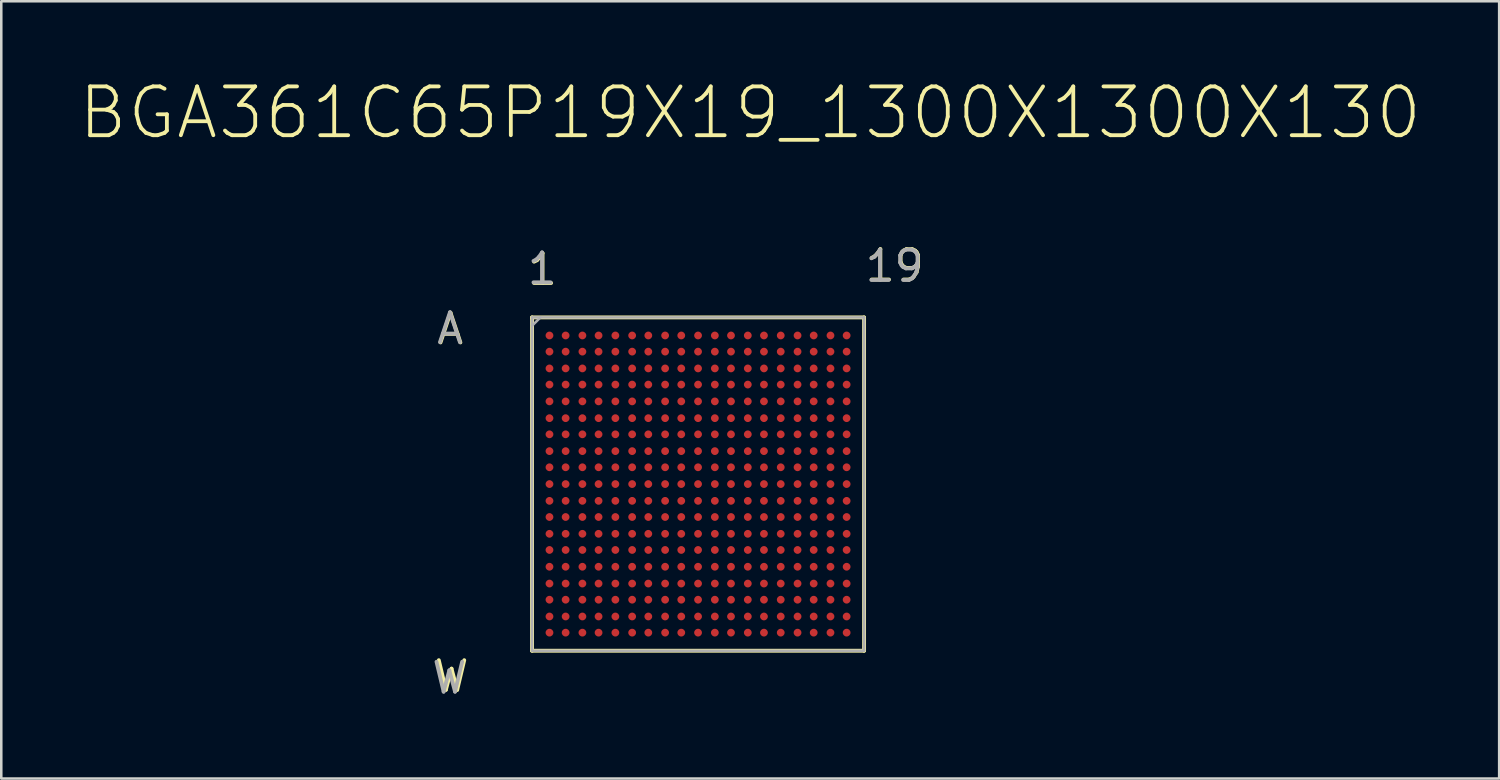
<source format=kicad_pcb>
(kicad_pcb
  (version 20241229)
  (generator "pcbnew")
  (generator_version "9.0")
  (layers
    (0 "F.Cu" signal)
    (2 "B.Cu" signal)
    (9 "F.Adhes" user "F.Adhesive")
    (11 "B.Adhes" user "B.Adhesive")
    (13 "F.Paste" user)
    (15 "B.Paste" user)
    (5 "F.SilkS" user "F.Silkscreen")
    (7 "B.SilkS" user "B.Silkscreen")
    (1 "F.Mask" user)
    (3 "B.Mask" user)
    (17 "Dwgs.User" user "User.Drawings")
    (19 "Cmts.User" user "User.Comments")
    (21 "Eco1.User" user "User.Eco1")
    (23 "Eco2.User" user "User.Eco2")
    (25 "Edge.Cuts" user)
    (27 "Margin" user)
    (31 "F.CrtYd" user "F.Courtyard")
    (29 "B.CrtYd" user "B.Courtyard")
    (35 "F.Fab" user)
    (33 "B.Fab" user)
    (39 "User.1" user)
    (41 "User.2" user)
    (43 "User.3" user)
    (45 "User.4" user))
  (footprint "BGA361C65P19X19_1300X1300X130"
    (layer "F.Cu")
    (at 24.397 15.983)
    (property "Reference" "BGA361C65P19X19_1300X1300X130" (at 2.051 -14.597 0) (layer "F.SilkS") (effects (font (size 1.919 1.919) (thickness 0.15))))
    (attr through_hole)
    (fp_line (start -6.528 -6.553) (end -6.528 6.553) (stroke (width 0.152) (type solid)) (layer "F.SilkS"))
    (fp_line (start -6.528 6.553) (end 6.528 6.553) (stroke (width 0.152) (type solid)) (layer "F.SilkS"))
    (fp_line (start 6.528 -6.553) (end -6.528 -6.553) (stroke (width 0.152) (type solid)) (layer "F.SilkS"))
    (fp_line (start 6.528 6.553) (end 6.528 -6.553) (stroke (width 0.152) (type solid)) (layer "F.SilkS"))
    (fp_line (start -6.528 -6.553) (end -6.528 6.553) (stroke (width 0.1) (type solid)) (layer "F.Fab"))
    (fp_line (start -6.528 6.553) (end 6.528 6.553) (stroke (width 0.1) (type solid)) (layer "F.Fab"))
    (fp_line (start -6.198 -6.553) (end -6.528 -6.223) (stroke (width 0.1) (type solid)) (layer "F.Fab"))
    (fp_line (start 6.528 -6.553) (end -6.528 -6.553) (stroke (width 0.1) (type solid)) (layer "F.Fab"))
    (fp_line (start 6.528 6.553) (end 6.528 -6.553) (stroke (width 0.1) (type solid)) (layer "F.Fab"))
    (fp_text user "19" (at 7.737 -8.587 0) (layer "F.SilkS") (effects (font (size 1.195 1.195) (thickness 0.15))))
    (fp_text user "A" (at -9.735 -6.103 0) (layer "F.SilkS") (effects (font (size 1.172 1.172) (thickness 0.15))))
    (fp_text user "1" (at -6.114 -8.44 0) (layer "F.SilkS") (effects (font (size 1.174 1.174) (thickness 0.15))))
    (fp_text user "W" (at -9.693 7.559 0) (layer "F.SilkS") (effects (font (size 1.167 1.167) (thickness 0.15))))
    (fp_text user "A" (at -9.756 -6.116 0) (layer "F.Fab") (effects (font (size 1.175 1.175) (thickness 0.15))))
    (fp_text user "19" (at 7.721 -8.569 0) (layer "F.Fab") (effects (font (size 1.192 1.192) (thickness 0.15))))
    (fp_text user "W" (at -9.78 7.627 0) (layer "F.Fab") (effects (font (size 1.177 1.177) (thickness 0.15))))
    (fp_text user "1" (at -6.135 -8.469 0) (layer "F.Fab") (effects (font (size 1.178 1.178) (thickness 0.15))))
    (pad "A1" smd circle (at -5.842 -5.842) (size 0.305 0.305) (layers "F.Cu" "F.Mask" "F.Paste"))
    (pad "A2" smd circle (at -5.207 -5.842) (size 0.305 0.305) (layers "F.Cu" "F.Mask" "F.Paste"))
    (pad "A3" smd circle (at -4.547 -5.842) (size 0.305 0.305) (layers "F.Cu" "F.Mask" "F.Paste"))
    (pad "A4" smd circle (at -3.912 -5.842) (size 0.305 0.305) (layers "F.Cu" "F.Mask" "F.Paste"))
    (pad "A5" smd circle (at -3.251 -5.842) (size 0.305 0.305) (layers "F.Cu" "F.Mask" "F.Paste"))
    (pad "A6" smd circle (at -2.591 -5.842) (size 0.305 0.305) (layers "F.Cu" "F.Mask" "F.Paste"))
    (pad "A7" smd circle (at -1.956 -5.842) (size 0.305 0.305) (layers "F.Cu" "F.Mask" "F.Paste"))
    (pad "A8" smd circle (at -1.295 -5.842) (size 0.305 0.305) (layers "F.Cu" "F.Mask" "F.Paste"))
    (pad "A9" smd circle (at -0.66 -5.842) (size 0.305 0.305) (layers "F.Cu" "F.Mask" "F.Paste"))
    (pad "A10" smd circle (at 0 -5.842) (size 0.305 0.305) (layers "F.Cu" "F.Mask" "F.Paste"))
    (pad "A11" smd circle (at 0.66 -5.842) (size 0.305 0.305) (layers "F.Cu" "F.Mask" "F.Paste"))
    (pad "A12" smd circle (at 1.295 -5.842) (size 0.305 0.305) (layers "F.Cu" "F.Mask" "F.Paste"))
    (pad "A13" smd circle (at 1.956 -5.842) (size 0.305 0.305) (layers "F.Cu" "F.Mask" "F.Paste"))
    (pad "A14" smd circle (at 2.591 -5.842) (size 0.305 0.305) (layers "F.Cu" "F.Mask" "F.Paste"))
    (pad "A15" smd circle (at 3.251 -5.842) (size 0.305 0.305) (layers "F.Cu" "F.Mask" "F.Paste"))
    (pad "A16" smd circle (at 3.912 -5.842) (size 0.305 0.305) (layers "F.Cu" "F.Mask" "F.Paste"))
    (pad "A17" smd circle (at 4.547 -5.842) (size 0.305 0.305) (layers "F.Cu" "F.Mask" "F.Paste"))
    (pad "A18" smd circle (at 5.207 -5.842) (size 0.305 0.305) (layers "F.Cu" "F.Mask" "F.Paste"))
    (pad "A19" smd circle (at 5.842 -5.842) (size 0.305 0.305) (layers "F.Cu" "F.Mask" "F.Paste"))
    (pad "B1" smd circle (at -5.842 -5.207) (size 0.305 0.305) (layers "F.Cu" "F.Mask" "F.Paste"))
    (pad "B2" smd circle (at -5.207 -5.207) (size 0.305 0.305) (layers "F.Cu" "F.Mask" "F.Paste"))
    (pad "B3" smd circle (at -4.547 -5.207) (size 0.305 0.305) (layers "F.Cu" "F.Mask" "F.Paste"))
    (pad "B4" smd circle (at -3.912 -5.207) (size 0.305 0.305) (layers "F.Cu" "F.Mask" "F.Paste"))
    (pad "B5" smd circle (at -3.251 -5.207) (size 0.305 0.305) (layers "F.Cu" "F.Mask" "F.Paste"))
    (pad "B6" smd circle (at -2.591 -5.207) (size 0.305 0.305) (layers "F.Cu" "F.Mask" "F.Paste"))
    (pad "B7" smd circle (at -1.956 -5.207) (size 0.305 0.305) (layers "F.Cu" "F.Mask" "F.Paste"))
    (pad "B8" smd circle (at -1.295 -5.207) (size 0.305 0.305) (layers "F.Cu" "F.Mask" "F.Paste"))
    (pad "B9" smd circle (at -0.66 -5.207) (size 0.305 0.305) (layers "F.Cu" "F.Mask" "F.Paste"))
    (pad "B10" smd circle (at 0 -5.207) (size 0.305 0.305) (layers "F.Cu" "F.Mask" "F.Paste"))
    (pad "B11" smd circle (at 0.66 -5.207) (size 0.305 0.305) (layers "F.Cu" "F.Mask" "F.Paste"))
    (pad "B12" smd circle (at 1.295 -5.207) (size 0.305 0.305) (layers "F.Cu" "F.Mask" "F.Paste"))
    (pad "B13" smd circle (at 1.956 -5.207) (size 0.305 0.305) (layers "F.Cu" "F.Mask" "F.Paste"))
    (pad "B14" smd circle (at 2.591 -5.207) (size 0.305 0.305) (layers "F.Cu" "F.Mask" "F.Paste"))
    (pad "B15" smd circle (at 3.251 -5.207) (size 0.305 0.305) (layers "F.Cu" "F.Mask" "F.Paste"))
    (pad "B16" smd circle (at 3.912 -5.207) (size 0.305 0.305) (layers "F.Cu" "F.Mask" "F.Paste"))
    (pad "B17" smd circle (at 4.547 -5.207) (size 0.305 0.305) (layers "F.Cu" "F.Mask" "F.Paste"))
    (pad "B18" smd circle (at 5.207 -5.207) (size 0.305 0.305) (layers "F.Cu" "F.Mask" "F.Paste"))
    (pad "B19" smd circle (at 5.842 -5.207) (size 0.305 0.305) (layers "F.Cu" "F.Mask" "F.Paste"))
    (pad "C1" smd circle (at -5.842 -4.547) (size 0.305 0.305) (layers "F.Cu" "F.Mask" "F.Paste"))
    (pad "C2" smd circle (at -5.207 -4.547) (size 0.305 0.305) (layers "F.Cu" "F.Mask" "F.Paste"))
    (pad "C3" smd circle (at -4.547 -4.547) (size 0.305 0.305) (layers "F.Cu" "F.Mask" "F.Paste"))
    (pad "C4" smd circle (at -3.912 -4.547) (size 0.305 0.305) (layers "F.Cu" "F.Mask" "F.Paste"))
    (pad "C5" smd circle (at -3.251 -4.547) (size 0.305 0.305) (layers "F.Cu" "F.Mask" "F.Paste"))
    (pad "C6" smd circle (at -2.591 -4.547) (size 0.305 0.305) (layers "F.Cu" "F.Mask" "F.Paste"))
    (pad "C7" smd circle (at -1.956 -4.547) (size 0.305 0.305) (layers "F.Cu" "F.Mask" "F.Paste"))
    (pad "C8" smd circle (at -1.295 -4.547) (size 0.305 0.305) (layers "F.Cu" "F.Mask" "F.Paste"))
    (pad "C9" smd circle (at -0.66 -4.547) (size 0.305 0.305) (layers "F.Cu" "F.Mask" "F.Paste"))
    (pad "C10" smd circle (at 0 -4.547) (size 0.305 0.305) (layers "F.Cu" "F.Mask" "F.Paste"))
    (pad "C11" smd circle (at 0.66 -4.547) (size 0.305 0.305) (layers "F.Cu" "F.Mask" "F.Paste"))
    (pad "C12" smd circle (at 1.295 -4.547) (size 0.305 0.305) (layers "F.Cu" "F.Mask" "F.Paste"))
    (pad "C13" smd circle (at 1.956 -4.547) (size 0.305 0.305) (layers "F.Cu" "F.Mask" "F.Paste"))
    (pad "C14" smd circle (at 2.591 -4.547) (size 0.305 0.305) (layers "F.Cu" "F.Mask" "F.Paste"))
    (pad "C15" smd circle (at 3.251 -4.547) (size 0.305 0.305) (layers "F.Cu" "F.Mask" "F.Paste"))
    (pad "C16" smd circle (at 3.912 -4.547) (size 0.305 0.305) (layers "F.Cu" "F.Mask" "F.Paste"))
    (pad "C17" smd circle (at 4.547 -4.547) (size 0.305 0.305) (layers "F.Cu" "F.Mask" "F.Paste"))
    (pad "C18" smd circle (at 5.207 -4.547) (size 0.305 0.305) (layers "F.Cu" "F.Mask" "F.Paste"))
    (pad "C19" smd circle (at 5.842 -4.547) (size 0.305 0.305) (layers "F.Cu" "F.Mask" "F.Paste"))
    (pad "D1" smd circle (at -5.842 -3.912) (size 0.305 0.305) (layers "F.Cu" "F.Mask" "F.Paste"))
    (pad "D2" smd circle (at -5.207 -3.912) (size 0.305 0.305) (layers "F.Cu" "F.Mask" "F.Paste"))
    (pad "D3" smd circle (at -4.547 -3.912) (size 0.305 0.305) (layers "F.Cu" "F.Mask" "F.Paste"))
    (pad "D4" smd circle (at -3.912 -3.912) (size 0.305 0.305) (layers "F.Cu" "F.Mask" "F.Paste"))
    (pad "D5" smd circle (at -3.251 -3.912) (size 0.305 0.305) (layers "F.Cu" "F.Mask" "F.Paste"))
    (pad "D6" smd circle (at -2.591 -3.912) (size 0.305 0.305) (layers "F.Cu" "F.Mask" "F.Paste"))
    (pad "D7" smd circle (at -1.956 -3.912) (size 0.305 0.305) (layers "F.Cu" "F.Mask" "F.Paste"))
    (pad "D8" smd circle (at -1.295 -3.912) (size 0.305 0.305) (layers "F.Cu" "F.Mask" "F.Paste"))
    (pad "D9" smd circle (at -0.66 -3.912) (size 0.305 0.305) (layers "F.Cu" "F.Mask" "F.Paste"))
    (pad "D10" smd circle (at 0 -3.912) (size 0.305 0.305) (layers "F.Cu" "F.Mask" "F.Paste"))
    (pad "D11" smd circle (at 0.66 -3.912) (size 0.305 0.305) (layers "F.Cu" "F.Mask" "F.Paste"))
    (pad "D12" smd circle (at 1.295 -3.912) (size 0.305 0.305) (layers "F.Cu" "F.Mask" "F.Paste"))
    (pad "D13" smd circle (at 1.956 -3.912) (size 0.305 0.305) (layers "F.Cu" "F.Mask" "F.Paste"))
    (pad "D14" smd circle (at 2.591 -3.912) (size 0.305 0.305) (layers "F.Cu" "F.Mask" "F.Paste"))
    (pad "D15" smd circle (at 3.251 -3.912) (size 0.305 0.305) (layers "F.Cu" "F.Mask" "F.Paste"))
    (pad "D16" smd circle (at 3.912 -3.912) (size 0.305 0.305) (layers "F.Cu" "F.Mask" "F.Paste"))
    (pad "D17" smd circle (at 4.547 -3.912) (size 0.305 0.305) (layers "F.Cu" "F.Mask" "F.Paste"))
    (pad "D18" smd circle (at 5.207 -3.912) (size 0.305 0.305) (layers "F.Cu" "F.Mask" "F.Paste"))
    (pad "D19" smd circle (at 5.842 -3.912) (size 0.305 0.305) (layers "F.Cu" "F.Mask" "F.Paste"))
    (pad "E1" smd circle (at -5.842 -3.251) (size 0.305 0.305) (layers "F.Cu" "F.Mask" "F.Paste"))
    (pad "E2" smd circle (at -5.207 -3.251) (size 0.305 0.305) (layers "F.Cu" "F.Mask" "F.Paste"))
    (pad "E3" smd circle (at -4.547 -3.251) (size 0.305 0.305) (layers "F.Cu" "F.Mask" "F.Paste"))
    (pad "E4" smd circle (at -3.912 -3.251) (size 0.305 0.305) (layers "F.Cu" "F.Mask" "F.Paste"))
    (pad "E5" smd circle (at -3.251 -3.251) (size 0.305 0.305) (layers "F.Cu" "F.Mask" "F.Paste"))
    (pad "E6" smd circle (at -2.591 -3.251) (size 0.305 0.305) (layers "F.Cu" "F.Mask" "F.Paste"))
    (pad "E7" smd circle (at -1.956 -3.251) (size 0.305 0.305) (layers "F.Cu" "F.Mask" "F.Paste"))
    (pad "E8" smd circle (at -1.295 -3.251) (size 0.305 0.305) (layers "F.Cu" "F.Mask" "F.Paste"))
    (pad "E9" smd circle (at -0.66 -3.251) (size 0.305 0.305) (layers "F.Cu" "F.Mask" "F.Paste"))
    (pad "E10" smd circle (at 0 -3.251) (size 0.305 0.305) (layers "F.Cu" "F.Mask" "F.Paste"))
    (pad "E11" smd circle (at 0.66 -3.251) (size 0.305 0.305) (layers "F.Cu" "F.Mask" "F.Paste"))
    (pad "E12" smd circle (at 1.295 -3.251) (size 0.305 0.305) (layers "F.Cu" "F.Mask" "F.Paste"))
    (pad "E13" smd circle (at 1.956 -3.251) (size 0.305 0.305) (layers "F.Cu" "F.Mask" "F.Paste"))
    (pad "E14" smd circle (at 2.591 -3.251) (size 0.305 0.305) (layers "F.Cu" "F.Mask" "F.Paste"))
    (pad "E15" smd circle (at 3.251 -3.251) (size 0.305 0.305) (layers "F.Cu" "F.Mask" "F.Paste"))
    (pad "E16" smd circle (at 3.912 -3.251) (size 0.305 0.305) (layers "F.Cu" "F.Mask" "F.Paste"))
    (pad "E17" smd circle (at 4.547 -3.251) (size 0.305 0.305) (layers "F.Cu" "F.Mask" "F.Paste"))
    (pad "E18" smd circle (at 5.207 -3.251) (size 0.305 0.305) (layers "F.Cu" "F.Mask" "F.Paste"))
    (pad "E19" smd circle (at 5.842 -3.251) (size 0.305 0.305) (layers "F.Cu" "F.Mask" "F.Paste"))
    (pad "F1" smd circle (at -5.842 -2.591) (size 0.305 0.305) (layers "F.Cu" "F.Mask" "F.Paste"))
    (pad "F2" smd circle (at -5.207 -2.591) (size 0.305 0.305) (layers "F.Cu" "F.Mask" "F.Paste"))
    (pad "F3" smd circle (at -4.547 -2.591) (size 0.305 0.305) (layers "F.Cu" "F.Mask" "F.Paste"))
    (pad "F4" smd circle (at -3.912 -2.591) (size 0.305 0.305) (layers "F.Cu" "F.Mask" "F.Paste"))
    (pad "F5" smd circle (at -3.251 -2.591) (size 0.305 0.305) (layers "F.Cu" "F.Mask" "F.Paste"))
    (pad "F6" smd circle (at -2.591 -2.591) (size 0.305 0.305) (layers "F.Cu" "F.Mask" "F.Paste"))
    (pad "F7" smd circle (at -1.956 -2.591) (size 0.305 0.305) (layers "F.Cu" "F.Mask" "F.Paste"))
    (pad "F8" smd circle (at -1.295 -2.591) (size 0.305 0.305) (layers "F.Cu" "F.Mask" "F.Paste"))
    (pad "F9" smd circle (at -0.66 -2.591) (size 0.305 0.305) (layers "F.Cu" "F.Mask" "F.Paste"))
    (pad "F10" smd circle (at 0 -2.591) (size 0.305 0.305) (layers "F.Cu" "F.Mask" "F.Paste"))
    (pad "F11" smd circle (at 0.66 -2.591) (size 0.305 0.305) (layers "F.Cu" "F.Mask" "F.Paste"))
    (pad "F12" smd circle (at 1.295 -2.591) (size 0.305 0.305) (layers "F.Cu" "F.Mask" "F.Paste"))
    (pad "F13" smd circle (at 1.956 -2.591) (size 0.305 0.305) (layers "F.Cu" "F.Mask" "F.Paste"))
    (pad "F14" smd circle (at 2.591 -2.591) (size 0.305 0.305) (layers "F.Cu" "F.Mask" "F.Paste"))
    (pad "F15" smd circle (at 3.251 -2.591) (size 0.305 0.305) (layers "F.Cu" "F.Mask" "F.Paste"))
    (pad "F16" smd circle (at 3.912 -2.591) (size 0.305 0.305) (layers "F.Cu" "F.Mask" "F.Paste"))
    (pad "F17" smd circle (at 4.547 -2.591) (size 0.305 0.305) (layers "F.Cu" "F.Mask" "F.Paste"))
    (pad "F18" smd circle (at 5.207 -2.591) (size 0.305 0.305) (layers "F.Cu" "F.Mask" "F.Paste"))
    (pad "F19" smd circle (at 5.842 -2.591) (size 0.305 0.305) (layers "F.Cu" "F.Mask" "F.Paste"))
    (pad "G1" smd circle (at -5.842 -1.956) (size 0.305 0.305) (layers "F.Cu" "F.Mask" "F.Paste"))
    (pad "G2" smd circle (at -5.207 -1.956) (size 0.305 0.305) (layers "F.Cu" "F.Mask" "F.Paste"))
    (pad "G3" smd circle (at -4.547 -1.956) (size 0.305 0.305) (layers "F.Cu" "F.Mask" "F.Paste"))
    (pad "G4" smd circle (at -3.912 -1.956) (size 0.305 0.305) (layers "F.Cu" "F.Mask" "F.Paste"))
    (pad "G5" smd circle (at -3.251 -1.956) (size 0.305 0.305) (layers "F.Cu" "F.Mask" "F.Paste"))
    (pad "G6" smd circle (at -2.591 -1.956) (size 0.305 0.305) (layers "F.Cu" "F.Mask" "F.Paste"))
    (pad "G7" smd circle (at -1.956 -1.956) (size 0.305 0.305) (layers "F.Cu" "F.Mask" "F.Paste"))
    (pad "G8" smd circle (at -1.295 -1.956) (size 0.305 0.305) (layers "F.Cu" "F.Mask" "F.Paste"))
    (pad "G9" smd circle (at -0.66 -1.956) (size 0.305 0.305) (layers "F.Cu" "F.Mask" "F.Paste"))
    (pad "G10" smd circle (at 0 -1.956) (size 0.305 0.305) (layers "F.Cu" "F.Mask" "F.Paste"))
    (pad "G11" smd circle (at 0.66 -1.956) (size 0.305 0.305) (layers "F.Cu" "F.Mask" "F.Paste"))
    (pad "G12" smd circle (at 1.295 -1.956) (size 0.305 0.305) (layers "F.Cu" "F.Mask" "F.Paste"))
    (pad "G13" smd circle (at 1.956 -1.956) (size 0.305 0.305) (layers "F.Cu" "F.Mask" "F.Paste"))
    (pad "G14" smd circle (at 2.591 -1.956) (size 0.305 0.305) (layers "F.Cu" "F.Mask" "F.Paste"))
    (pad "G15" smd circle (at 3.251 -1.956) (size 0.305 0.305) (layers "F.Cu" "F.Mask" "F.Paste"))
    (pad "G16" smd circle (at 3.912 -1.956) (size 0.305 0.305) (layers "F.Cu" "F.Mask" "F.Paste"))
    (pad "G17" smd circle (at 4.547 -1.956) (size 0.305 0.305) (layers "F.Cu" "F.Mask" "F.Paste"))
    (pad "G18" smd circle (at 5.207 -1.956) (size 0.305 0.305) (layers "F.Cu" "F.Mask" "F.Paste"))
    (pad "G19" smd circle (at 5.842 -1.956) (size 0.305 0.305) (layers "F.Cu" "F.Mask" "F.Paste"))
    (pad "H1" smd circle (at -5.842 -1.295) (size 0.305 0.305) (layers "F.Cu" "F.Mask" "F.Paste"))
    (pad "H2" smd circle (at -5.207 -1.295) (size 0.305 0.305) (layers "F.Cu" "F.Mask" "F.Paste"))
    (pad "H3" smd circle (at -4.547 -1.295) (size 0.305 0.305) (layers "F.Cu" "F.Mask" "F.Paste"))
    (pad "H4" smd circle (at -3.912 -1.295) (size 0.305 0.305) (layers "F.Cu" "F.Mask" "F.Paste"))
    (pad "H5" smd circle (at -3.251 -1.295) (size 0.305 0.305) (layers "F.Cu" "F.Mask" "F.Paste"))
    (pad "H6" smd circle (at -2.591 -1.295) (size 0.305 0.305) (layers "F.Cu" "F.Mask" "F.Paste"))
    (pad "H7" smd circle (at -1.956 -1.295) (size 0.305 0.305) (layers "F.Cu" "F.Mask" "F.Paste"))
    (pad "H8" smd circle (at -1.295 -1.295) (size 0.305 0.305) (layers "F.Cu" "F.Mask" "F.Paste"))
    (pad "H9" smd circle (at -0.66 -1.295) (size 0.305 0.305) (layers "F.Cu" "F.Mask" "F.Paste"))
    (pad "H10" smd circle (at 0 -1.295) (size 0.305 0.305) (layers "F.Cu" "F.Mask" "F.Paste"))
    (pad "H11" smd circle (at 0.66 -1.295) (size 0.305 0.305) (layers "F.Cu" "F.Mask" "F.Paste"))
    (pad "H12" smd circle (at 1.295 -1.295) (size 0.305 0.305) (layers "F.Cu" "F.Mask" "F.Paste"))
    (pad "H13" smd circle (at 1.956 -1.295) (size 0.305 0.305) (layers "F.Cu" "F.Mask" "F.Paste"))
    (pad "H14" smd circle (at 2.591 -1.295) (size 0.305 0.305) (layers "F.Cu" "F.Mask" "F.Paste"))
    (pad "H15" smd circle (at 3.251 -1.295) (size 0.305 0.305) (layers "F.Cu" "F.Mask" "F.Paste"))
    (pad "H16" smd circle (at 3.912 -1.295) (size 0.305 0.305) (layers "F.Cu" "F.Mask" "F.Paste"))
    (pad "H17" smd circle (at 4.547 -1.295) (size 0.305 0.305) (layers "F.Cu" "F.Mask" "F.Paste"))
    (pad "H18" smd circle (at 5.207 -1.295) (size 0.305 0.305) (layers "F.Cu" "F.Mask" "F.Paste"))
    (pad "H19" smd circle (at 5.842 -1.295) (size 0.305 0.305) (layers "F.Cu" "F.Mask" "F.Paste"))
    (pad "J1" smd circle (at -5.842 -0.66) (size 0.305 0.305) (layers "F.Cu" "F.Mask" "F.Paste"))
    (pad "J2" smd circle (at -5.207 -0.66) (size 0.305 0.305) (layers "F.Cu" "F.Mask" "F.Paste"))
    (pad "J3" smd circle (at -4.547 -0.66) (size 0.305 0.305) (layers "F.Cu" "F.Mask" "F.Paste"))
    (pad "J4" smd circle (at -3.912 -0.66) (size 0.305 0.305) (layers "F.Cu" "F.Mask" "F.Paste"))
    (pad "J5" smd circle (at -3.251 -0.66) (size 0.305 0.305) (layers "F.Cu" "F.Mask" "F.Paste"))
    (pad "J6" smd circle (at -2.591 -0.66) (size 0.305 0.305) (layers "F.Cu" "F.Mask" "F.Paste"))
    (pad "J7" smd circle (at -1.956 -0.66) (size 0.305 0.305) (layers "F.Cu" "F.Mask" "F.Paste"))
    (pad "J8" smd circle (at -1.295 -0.66) (size 0.305 0.305) (layers "F.Cu" "F.Mask" "F.Paste"))
    (pad "J9" smd circle (at -0.66 -0.66) (size 0.305 0.305) (layers "F.Cu" "F.Mask" "F.Paste"))
    (pad "J10" smd circle (at 0 -0.66) (size 0.305 0.305) (layers "F.Cu" "F.Mask" "F.Paste"))
    (pad "J11" smd circle (at 0.66 -0.66) (size 0.305 0.305) (layers "F.Cu" "F.Mask" "F.Paste"))
    (pad "J12" smd circle (at 1.295 -0.66) (size 0.305 0.305) (layers "F.Cu" "F.Mask" "F.Paste"))
    (pad "J13" smd circle (at 1.956 -0.66) (size 0.305 0.305) (layers "F.Cu" "F.Mask" "F.Paste"))
    (pad "J14" smd circle (at 2.591 -0.66) (size 0.305 0.305) (layers "F.Cu" "F.Mask" "F.Paste"))
    (pad "J15" smd circle (at 3.251 -0.66) (size 0.305 0.305) (layers "F.Cu" "F.Mask" "F.Paste"))
    (pad "J16" smd circle (at 3.912 -0.66) (size 0.305 0.305) (layers "F.Cu" "F.Mask" "F.Paste"))
    (pad "J17" smd circle (at 4.547 -0.66) (size 0.305 0.305) (layers "F.Cu" "F.Mask" "F.Paste"))
    (pad "J18" smd circle (at 5.207 -0.66) (size 0.305 0.305) (layers "F.Cu" "F.Mask" "F.Paste"))
    (pad "J19" smd circle (at 5.842 -0.66) (size 0.305 0.305) (layers "F.Cu" "F.Mask" "F.Paste"))
    (pad "K1" smd circle (at -5.842 0) (size 0.305 0.305) (layers "F.Cu" "F.Mask" "F.Paste"))
    (pad "K2" smd circle (at -5.207 0) (size 0.305 0.305) (layers "F.Cu" "F.Mask" "F.Paste"))
    (pad "K3" smd circle (at -4.547 0) (size 0.305 0.305) (layers "F.Cu" "F.Mask" "F.Paste"))
    (pad "K4" smd circle (at -3.912 0) (size 0.305 0.305) (layers "F.Cu" "F.Mask" "F.Paste"))
    (pad "K5" smd circle (at -3.251 0) (size 0.305 0.305) (layers "F.Cu" "F.Mask" "F.Paste"))
    (pad "K6" smd circle (at -2.591 0) (size 0.305 0.305) (layers "F.Cu" "F.Mask" "F.Paste"))
    (pad "K7" smd circle (at -1.956 0) (size 0.305 0.305) (layers "F.Cu" "F.Mask" "F.Paste"))
    (pad "K8" smd circle (at -1.295 0) (size 0.305 0.305) (layers "F.Cu" "F.Mask" "F.Paste"))
    (pad "K9" smd circle (at -0.66 0) (size 0.305 0.305) (layers "F.Cu" "F.Mask" "F.Paste"))
    (pad "K10" smd circle (at 0 0) (size 0.305 0.305) (layers "F.Cu" "F.Mask" "F.Paste"))
    (pad "K11" smd circle (at 0.66 0) (size 0.305 0.305) (layers "F.Cu" "F.Mask" "F.Paste"))
    (pad "K12" smd circle (at 1.295 0) (size 0.305 0.305) (layers "F.Cu" "F.Mask" "F.Paste"))
    (pad "K13" smd circle (at 1.956 0) (size 0.305 0.305) (layers "F.Cu" "F.Mask" "F.Paste"))
    (pad "K14" smd circle (at 2.591 0) (size 0.305 0.305) (layers "F.Cu" "F.Mask" "F.Paste"))
    (pad "K15" smd circle (at 3.251 0) (size 0.305 0.305) (layers "F.Cu" "F.Mask" "F.Paste"))
    (pad "K16" smd circle (at 3.912 0) (size 0.305 0.305) (layers "F.Cu" "F.Mask" "F.Paste"))
    (pad "K17" smd circle (at 4.547 0) (size 0.305 0.305) (layers "F.Cu" "F.Mask" "F.Paste"))
    (pad "K18" smd circle (at 5.207 0) (size 0.305 0.305) (layers "F.Cu" "F.Mask" "F.Paste"))
    (pad "K19" smd circle (at 5.842 0) (size 0.305 0.305) (layers "F.Cu" "F.Mask" "F.Paste"))
    (pad "L1" smd circle (at -5.842 0.66) (size 0.305 0.305) (layers "F.Cu" "F.Mask" "F.Paste"))
    (pad "L2" smd circle (at -5.207 0.66) (size 0.305 0.305) (layers "F.Cu" "F.Mask" "F.Paste"))
    (pad "L3" smd circle (at -4.547 0.66) (size 0.305 0.305) (layers "F.Cu" "F.Mask" "F.Paste"))
    (pad "L4" smd circle (at -3.912 0.66) (size 0.305 0.305) (layers "F.Cu" "F.Mask" "F.Paste"))
    (pad "L5" smd circle (at -3.251 0.66) (size 0.305 0.305) (layers "F.Cu" "F.Mask" "F.Paste"))
    (pad "L6" smd circle (at -2.591 0.66) (size 0.305 0.305) (layers "F.Cu" "F.Mask" "F.Paste"))
    (pad "L7" smd circle (at -1.956 0.66) (size 0.305 0.305) (layers "F.Cu" "F.Mask" "F.Paste"))
    (pad "L8" smd circle (at -1.295 0.66) (size 0.305 0.305) (layers "F.Cu" "F.Mask" "F.Paste"))
    (pad "L9" smd circle (at -0.66 0.66) (size 0.305 0.305) (layers "F.Cu" "F.Mask" "F.Paste"))
    (pad "L10" smd circle (at 0 0.66) (size 0.305 0.305) (layers "F.Cu" "F.Mask" "F.Paste"))
    (pad "L11" smd circle (at 0.66 0.66) (size 0.305 0.305) (layers "F.Cu" "F.Mask" "F.Paste"))
    (pad "L12" smd circle (at 1.295 0.66) (size 0.305 0.305) (layers "F.Cu" "F.Mask" "F.Paste"))
    (pad "L13" smd circle (at 1.956 0.66) (size 0.305 0.305) (layers "F.Cu" "F.Mask" "F.Paste"))
    (pad "L14" smd circle (at 2.591 0.66) (size 0.305 0.305) (layers "F.Cu" "F.Mask" "F.Paste"))
    (pad "L15" smd circle (at 3.251 0.66) (size 0.305 0.305) (layers "F.Cu" "F.Mask" "F.Paste"))
    (pad "L16" smd circle (at 3.912 0.66) (size 0.305 0.305) (layers "F.Cu" "F.Mask" "F.Paste"))
    (pad "L17" smd circle (at 4.547 0.66) (size 0.305 0.305) (layers "F.Cu" "F.Mask" "F.Paste"))
    (pad "L18" smd circle (at 5.207 0.66) (size 0.305 0.305) (layers "F.Cu" "F.Mask" "F.Paste"))
    (pad "L19" smd circle (at 5.842 0.66) (size 0.305 0.305) (layers "F.Cu" "F.Mask" "F.Paste"))
    (pad "M1" smd circle (at -5.842 1.295) (size 0.305 0.305) (layers "F.Cu" "F.Mask" "F.Paste"))
    (pad "M2" smd circle (at -5.207 1.295) (size 0.305 0.305) (layers "F.Cu" "F.Mask" "F.Paste"))
    (pad "M3" smd circle (at -4.547 1.295) (size 0.305 0.305) (layers "F.Cu" "F.Mask" "F.Paste"))
    (pad "M4" smd circle (at -3.912 1.295) (size 0.305 0.305) (layers "F.Cu" "F.Mask" "F.Paste"))
    (pad "M5" smd circle (at -3.251 1.295) (size 0.305 0.305) (layers "F.Cu" "F.Mask" "F.Paste"))
    (pad "M6" smd circle (at -2.591 1.295) (size 0.305 0.305) (layers "F.Cu" "F.Mask" "F.Paste"))
    (pad "M7" smd circle (at -1.956 1.295) (size 0.305 0.305) (layers "F.Cu" "F.Mask" "F.Paste"))
    (pad "M8" smd circle (at -1.295 1.295) (size 0.305 0.305) (layers "F.Cu" "F.Mask" "F.Paste"))
    (pad "M9" smd circle (at -0.66 1.295) (size 0.305 0.305) (layers "F.Cu" "F.Mask" "F.Paste"))
    (pad "M10" smd circle (at 0 1.295) (size 0.305 0.305) (layers "F.Cu" "F.Mask" "F.Paste"))
    (pad "M11" smd circle (at 0.66 1.295) (size 0.305 0.305) (layers "F.Cu" "F.Mask" "F.Paste"))
    (pad "M12" smd circle (at 1.295 1.295) (size 0.305 0.305) (layers "F.Cu" "F.Mask" "F.Paste"))
    (pad "M13" smd circle (at 1.956 1.295) (size 0.305 0.305) (layers "F.Cu" "F.Mask" "F.Paste"))
    (pad "M14" smd circle (at 2.591 1.295) (size 0.305 0.305) (layers "F.Cu" "F.Mask" "F.Paste"))
    (pad "M15" smd circle (at 3.251 1.295) (size 0.305 0.305) (layers "F.Cu" "F.Mask" "F.Paste"))
    (pad "M16" smd circle (at 3.912 1.295) (size 0.305 0.305) (layers "F.Cu" "F.Mask" "F.Paste"))
    (pad "M17" smd circle (at 4.547 1.295) (size 0.305 0.305) (layers "F.Cu" "F.Mask" "F.Paste"))
    (pad "M18" smd circle (at 5.207 1.295) (size 0.305 0.305) (layers "F.Cu" "F.Mask" "F.Paste"))
    (pad "M19" smd circle (at 5.842 1.295) (size 0.305 0.305) (layers "F.Cu" "F.Mask" "F.Paste"))
    (pad "N1" smd circle (at -5.842 1.956) (size 0.305 0.305) (layers "F.Cu" "F.Mask" "F.Paste"))
    (pad "N2" smd circle (at -5.207 1.956) (size 0.305 0.305) (layers "F.Cu" "F.Mask" "F.Paste"))
    (pad "N3" smd circle (at -4.547 1.956) (size 0.305 0.305) (layers "F.Cu" "F.Mask" "F.Paste"))
    (pad "N4" smd circle (at -3.912 1.956) (size 0.305 0.305) (layers "F.Cu" "F.Mask" "F.Paste"))
    (pad "N5" smd circle (at -3.251 1.956) (size 0.305 0.305) (layers "F.Cu" "F.Mask" "F.Paste"))
    (pad "N6" smd circle (at -2.591 1.956) (size 0.305 0.305) (layers "F.Cu" "F.Mask" "F.Paste"))
    (pad "N7" smd circle (at -1.956 1.956) (size 0.305 0.305) (layers "F.Cu" "F.Mask" "F.Paste"))
    (pad "N8" smd circle (at -1.295 1.956) (size 0.305 0.305) (layers "F.Cu" "F.Mask" "F.Paste"))
    (pad "N9" smd circle (at -0.66 1.956) (size 0.305 0.305) (layers "F.Cu" "F.Mask" "F.Paste"))
    (pad "N10" smd circle (at 0 1.956) (size 0.305 0.305) (layers "F.Cu" "F.Mask" "F.Paste"))
    (pad "N11" smd circle (at 0.66 1.956) (size 0.305 0.305) (layers "F.Cu" "F.Mask" "F.Paste"))
    (pad "N12" smd circle (at 1.295 1.956) (size 0.305 0.305) (layers "F.Cu" "F.Mask" "F.Paste"))
    (pad "N13" smd circle (at 1.956 1.956) (size 0.305 0.305) (layers "F.Cu" "F.Mask" "F.Paste"))
    (pad "N14" smd circle (at 2.591 1.956) (size 0.305 0.305) (layers "F.Cu" "F.Mask" "F.Paste"))
    (pad "N15" smd circle (at 3.251 1.956) (size 0.305 0.305) (layers "F.Cu" "F.Mask" "F.Paste"))
    (pad "N16" smd circle (at 3.912 1.956) (size 0.305 0.305) (layers "F.Cu" "F.Mask" "F.Paste"))
    (pad "N17" smd circle (at 4.547 1.956) (size 0.305 0.305) (layers "F.Cu" "F.Mask" "F.Paste"))
    (pad "N18" smd circle (at 5.207 1.956) (size 0.305 0.305) (layers "F.Cu" "F.Mask" "F.Paste"))
    (pad "N19" smd circle (at 5.842 1.956) (size 0.305 0.305) (layers "F.Cu" "F.Mask" "F.Paste"))
    (pad "P1" smd circle (at -5.842 2.591) (size 0.305 0.305) (layers "F.Cu" "F.Mask" "F.Paste"))
    (pad "P2" smd circle (at -5.207 2.591) (size 0.305 0.305) (layers "F.Cu" "F.Mask" "F.Paste"))
    (pad "P3" smd circle (at -4.547 2.591) (size 0.305 0.305) (layers "F.Cu" "F.Mask" "F.Paste"))
    (pad "P4" smd circle (at -3.912 2.591) (size 0.305 0.305) (layers "F.Cu" "F.Mask" "F.Paste"))
    (pad "P5" smd circle (at -3.251 2.591) (size 0.305 0.305) (layers "F.Cu" "F.Mask" "F.Paste"))
    (pad "P6" smd circle (at -2.591 2.591) (size 0.305 0.305) (layers "F.Cu" "F.Mask" "F.Paste"))
    (pad "P7" smd circle (at -1.956 2.591) (size 0.305 0.305) (layers "F.Cu" "F.Mask" "F.Paste"))
    (pad "P8" smd circle (at -1.295 2.591) (size 0.305 0.305) (layers "F.Cu" "F.Mask" "F.Paste"))
    (pad "P9" smd circle (at -0.66 2.591) (size 0.305 0.305) (layers "F.Cu" "F.Mask" "F.Paste"))
    (pad "P10" smd circle (at 0 2.591) (size 0.305 0.305) (layers "F.Cu" "F.Mask" "F.Paste"))
    (pad "P11" smd circle (at 0.66 2.591) (size 0.305 0.305) (layers "F.Cu" "F.Mask" "F.Paste"))
    (pad "P12" smd circle (at 1.295 2.591) (size 0.305 0.305) (layers "F.Cu" "F.Mask" "F.Paste"))
    (pad "P13" smd circle (at 1.956 2.591) (size 0.305 0.305) (layers "F.Cu" "F.Mask" "F.Paste"))
    (pad "P14" smd circle (at 2.591 2.591) (size 0.305 0.305) (layers "F.Cu" "F.Mask" "F.Paste"))
    (pad "P15" smd circle (at 3.251 2.591) (size 0.305 0.305) (layers "F.Cu" "F.Mask" "F.Paste"))
    (pad "P16" smd circle (at 3.912 2.591) (size 0.305 0.305) (layers "F.Cu" "F.Mask" "F.Paste"))
    (pad "P17" smd circle (at 4.547 2.591) (size 0.305 0.305) (layers "F.Cu" "F.Mask" "F.Paste"))
    (pad "P18" smd circle (at 5.207 2.591) (size 0.305 0.305) (layers "F.Cu" "F.Mask" "F.Paste"))
    (pad "P19" smd circle (at 5.842 2.591) (size 0.305 0.305) (layers "F.Cu" "F.Mask" "F.Paste"))
    (pad "R1" smd circle (at -5.842 3.251) (size 0.305 0.305) (layers "F.Cu" "F.Mask" "F.Paste"))
    (pad "R2" smd circle (at -5.207 3.251) (size 0.305 0.305) (layers "F.Cu" "F.Mask" "F.Paste"))
    (pad "R3" smd circle (at -4.547 3.251) (size 0.305 0.305) (layers "F.Cu" "F.Mask" "F.Paste"))
    (pad "R4" smd circle (at -3.912 3.251) (size 0.305 0.305) (layers "F.Cu" "F.Mask" "F.Paste"))
    (pad "R5" smd circle (at -3.251 3.251) (size 0.305 0.305) (layers "F.Cu" "F.Mask" "F.Paste"))
    (pad "R6" smd circle (at -2.591 3.251) (size 0.305 0.305) (layers "F.Cu" "F.Mask" "F.Paste"))
    (pad "R7" smd circle (at -1.956 3.251) (size 0.305 0.305) (layers "F.Cu" "F.Mask" "F.Paste"))
    (pad "R8" smd circle (at -1.295 3.251) (size 0.305 0.305) (layers "F.Cu" "F.Mask" "F.Paste"))
    (pad "R9" smd circle (at -0.66 3.251) (size 0.305 0.305) (layers "F.Cu" "F.Mask" "F.Paste"))
    (pad "R10" smd circle (at 0 3.251) (size 0.305 0.305) (layers "F.Cu" "F.Mask" "F.Paste"))
    (pad "R11" smd circle (at 0.66 3.251) (size 0.305 0.305) (layers "F.Cu" "F.Mask" "F.Paste"))
    (pad "R12" smd circle (at 1.295 3.251) (size 0.305 0.305) (layers "F.Cu" "F.Mask" "F.Paste"))
    (pad "R13" smd circle (at 1.956 3.251) (size 0.305 0.305) (layers "F.Cu" "F.Mask" "F.Paste"))
    (pad "R14" smd circle (at 2.591 3.251) (size 0.305 0.305) (layers "F.Cu" "F.Mask" "F.Paste"))
    (pad "R15" smd circle (at 3.251 3.251) (size 0.305 0.305) (layers "F.Cu" "F.Mask" "F.Paste"))
    (pad "R16" smd circle (at 3.912 3.251) (size 0.305 0.305) (layers "F.Cu" "F.Mask" "F.Paste"))
    (pad "R17" smd circle (at 4.547 3.251) (size 0.305 0.305) (layers "F.Cu" "F.Mask" "F.Paste"))
    (pad "R18" smd circle (at 5.207 3.251) (size 0.305 0.305) (layers "F.Cu" "F.Mask" "F.Paste"))
    (pad "R19" smd circle (at 5.842 3.251) (size 0.305 0.305) (layers "F.Cu" "F.Mask" "F.Paste"))
    (pad "T1" smd circle (at -5.842 3.912) (size 0.305 0.305) (layers "F.Cu" "F.Mask" "F.Paste"))
    (pad "T2" smd circle (at -5.207 3.912) (size 0.305 0.305) (layers "F.Cu" "F.Mask" "F.Paste"))
    (pad "T3" smd circle (at -4.547 3.912) (size 0.305 0.305) (layers "F.Cu" "F.Mask" "F.Paste"))
    (pad "T4" smd circle (at -3.912 3.912) (size 0.305 0.305) (layers "F.Cu" "F.Mask" "F.Paste"))
    (pad "T5" smd circle (at -3.251 3.912) (size 0.305 0.305) (layers "F.Cu" "F.Mask" "F.Paste"))
    (pad "T6" smd circle (at -2.591 3.912) (size 0.305 0.305) (layers "F.Cu" "F.Mask" "F.Paste"))
    (pad "T7" smd circle (at -1.956 3.912) (size 0.305 0.305) (layers "F.Cu" "F.Mask" "F.Paste"))
    (pad "T8" smd circle (at -1.295 3.912) (size 0.305 0.305) (layers "F.Cu" "F.Mask" "F.Paste"))
    (pad "T9" smd circle (at -0.66 3.912) (size 0.305 0.305) (layers "F.Cu" "F.Mask" "F.Paste"))
    (pad "T10" smd circle (at 0 3.912) (size 0.305 0.305) (layers "F.Cu" "F.Mask" "F.Paste"))
    (pad "T11" smd circle (at 0.66 3.912) (size 0.305 0.305) (layers "F.Cu" "F.Mask" "F.Paste"))
    (pad "T12" smd circle (at 1.295 3.912) (size 0.305 0.305) (layers "F.Cu" "F.Mask" "F.Paste"))
    (pad "T13" smd circle (at 1.956 3.912) (size 0.305 0.305) (layers "F.Cu" "F.Mask" "F.Paste"))
    (pad "T14" smd circle (at 2.591 3.912) (size 0.305 0.305) (layers "F.Cu" "F.Mask" "F.Paste"))
    (pad "T15" smd circle (at 3.251 3.912) (size 0.305 0.305) (layers "F.Cu" "F.Mask" "F.Paste"))
    (pad "T16" smd circle (at 3.912 3.912) (size 0.305 0.305) (layers "F.Cu" "F.Mask" "F.Paste"))
    (pad "T17" smd circle (at 4.547 3.912) (size 0.305 0.305) (layers "F.Cu" "F.Mask" "F.Paste"))
    (pad "T18" smd circle (at 5.207 3.912) (size 0.305 0.305) (layers "F.Cu" "F.Mask" "F.Paste"))
    (pad "T19" smd circle (at 5.842 3.912) (size 0.305 0.305) (layers "F.Cu" "F.Mask" "F.Paste"))
    (pad "U1" smd circle (at -5.842 4.547) (size 0.305 0.305) (layers "F.Cu" "F.Mask" "F.Paste"))
    (pad "U2" smd circle (at -5.207 4.547) (size 0.305 0.305) (layers "F.Cu" "F.Mask" "F.Paste"))
    (pad "U3" smd circle (at -4.547 4.547) (size 0.305 0.305) (layers "F.Cu" "F.Mask" "F.Paste"))
    (pad "U4" smd circle (at -3.912 4.547) (size 0.305 0.305) (layers "F.Cu" "F.Mask" "F.Paste"))
    (pad "U5" smd circle (at -3.251 4.547) (size 0.305 0.305) (layers "F.Cu" "F.Mask" "F.Paste"))
    (pad "U6" smd circle (at -2.591 4.547) (size 0.305 0.305) (layers "F.Cu" "F.Mask" "F.Paste"))
    (pad "U7" smd circle (at -1.956 4.547) (size 0.305 0.305) (layers "F.Cu" "F.Mask" "F.Paste"))
    (pad "U8" smd circle (at -1.295 4.547) (size 0.305 0.305) (layers "F.Cu" "F.Mask" "F.Paste"))
    (pad "U9" smd circle (at -0.66 4.547) (size 0.305 0.305) (layers "F.Cu" "F.Mask" "F.Paste"))
    (pad "U10" smd circle (at 0 4.547) (size 0.305 0.305) (layers "F.Cu" "F.Mask" "F.Paste"))
    (pad "U11" smd circle (at 0.66 4.547) (size 0.305 0.305) (layers "F.Cu" "F.Mask" "F.Paste"))
    (pad "U12" smd circle (at 1.295 4.547) (size 0.305 0.305) (layers "F.Cu" "F.Mask" "F.Paste"))
    (pad "U13" smd circle (at 1.956 4.547) (size 0.305 0.305) (layers "F.Cu" "F.Mask" "F.Paste"))
    (pad "U14" smd circle (at 2.591 4.547) (size 0.305 0.305) (layers "F.Cu" "F.Mask" "F.Paste"))
    (pad "U15" smd circle (at 3.251 4.547) (size 0.305 0.305) (layers "F.Cu" "F.Mask" "F.Paste"))
    (pad "U16" smd circle (at 3.912 4.547) (size 0.305 0.305) (layers "F.Cu" "F.Mask" "F.Paste"))
    (pad "U17" smd circle (at 4.547 4.547) (size 0.305 0.305) (layers "F.Cu" "F.Mask" "F.Paste"))
    (pad "U18" smd circle (at 5.207 4.547) (size 0.305 0.305) (layers "F.Cu" "F.Mask" "F.Paste"))
    (pad "U19" smd circle (at 5.842 4.547) (size 0.305 0.305) (layers "F.Cu" "F.Mask" "F.Paste"))
    (pad "V1" smd circle (at -5.842 5.207) (size 0.305 0.305) (layers "F.Cu" "F.Mask" "F.Paste"))
    (pad "V2" smd circle (at -5.207 5.207) (size 0.305 0.305) (layers "F.Cu" "F.Mask" "F.Paste"))
    (pad "V3" smd circle (at -4.547 5.207) (size 0.305 0.305) (layers "F.Cu" "F.Mask" "F.Paste"))
    (pad "V4" smd circle (at -3.912 5.207) (size 0.305 0.305) (layers "F.Cu" "F.Mask" "F.Paste"))
    (pad "V5" smd circle (at -3.251 5.207) (size 0.305 0.305) (layers "F.Cu" "F.Mask" "F.Paste"))
    (pad "V6" smd circle (at -2.591 5.207) (size 0.305 0.305) (layers "F.Cu" "F.Mask" "F.Paste"))
    (pad "V7" smd circle (at -1.956 5.207) (size 0.305 0.305) (layers "F.Cu" "F.Mask" "F.Paste"))
    (pad "V8" smd circle (at -1.295 5.207) (size 0.305 0.305) (layers "F.Cu" "F.Mask" "F.Paste"))
    (pad "V9" smd circle (at -0.66 5.207) (size 0.305 0.305) (layers "F.Cu" "F.Mask" "F.Paste"))
    (pad "V10" smd circle (at 0 5.207) (size 0.305 0.305) (layers "F.Cu" "F.Mask" "F.Paste"))
    (pad "V11" smd circle (at 0.66 5.207) (size 0.305 0.305) (layers "F.Cu" "F.Mask" "F.Paste"))
    (pad "V12" smd circle (at 1.295 5.207) (size 0.305 0.305) (layers "F.Cu" "F.Mask" "F.Paste"))
    (pad "V13" smd circle (at 1.956 5.207) (size 0.305 0.305) (layers "F.Cu" "F.Mask" "F.Paste"))
    (pad "V14" smd circle (at 2.591 5.207) (size 0.305 0.305) (layers "F.Cu" "F.Mask" "F.Paste"))
    (pad "V15" smd circle (at 3.251 5.207) (size 0.305 0.305) (layers "F.Cu" "F.Mask" "F.Paste"))
    (pad "V16" smd circle (at 3.912 5.207) (size 0.305 0.305) (layers "F.Cu" "F.Mask" "F.Paste"))
    (pad "V17" smd circle (at 4.547 5.207) (size 0.305 0.305) (layers "F.Cu" "F.Mask" "F.Paste"))
    (pad "V18" smd circle (at 5.207 5.207) (size 0.305 0.305) (layers "F.Cu" "F.Mask" "F.Paste"))
    (pad "V19" smd circle (at 5.842 5.207) (size 0.305 0.305) (layers "F.Cu" "F.Mask" "F.Paste"))
    (pad "W1" smd circle (at -5.842 5.842) (size 0.305 0.305) (layers "F.Cu" "F.Mask" "F.Paste"))
    (pad "W2" smd circle (at -5.207 5.842) (size 0.305 0.305) (layers "F.Cu" "F.Mask" "F.Paste"))
    (pad "W3" smd circle (at -4.547 5.842) (size 0.305 0.305) (layers "F.Cu" "F.Mask" "F.Paste"))
    (pad "W4" smd circle (at -3.912 5.842) (size 0.305 0.305) (layers "F.Cu" "F.Mask" "F.Paste"))
    (pad "W5" smd circle (at -3.251 5.842) (size 0.305 0.305) (layers "F.Cu" "F.Mask" "F.Paste"))
    (pad "W6" smd circle (at -2.591 5.842) (size 0.305 0.305) (layers "F.Cu" "F.Mask" "F.Paste"))
    (pad "W7" smd circle (at -1.956 5.842) (size 0.305 0.305) (layers "F.Cu" "F.Mask" "F.Paste"))
    (pad "W8" smd circle (at -1.295 5.842) (size 0.305 0.305) (layers "F.Cu" "F.Mask" "F.Paste"))
    (pad "W9" smd circle (at -0.66 5.842) (size 0.305 0.305) (layers "F.Cu" "F.Mask" "F.Paste"))
    (pad "W10" smd circle (at 0 5.842) (size 0.305 0.305) (layers "F.Cu" "F.Mask" "F.Paste"))
    (pad "W11" smd circle (at 0.66 5.842) (size 0.305 0.305) (layers "F.Cu" "F.Mask" "F.Paste"))
    (pad "W12" smd circle (at 1.295 5.842) (size 0.305 0.305) (layers "F.Cu" "F.Mask" "F.Paste"))
    (pad "W13" smd circle (at 1.956 5.842) (size 0.305 0.305) (layers "F.Cu" "F.Mask" "F.Paste"))
    (pad "W14" smd circle (at 2.591 5.842) (size 0.305 0.305) (layers "F.Cu" "F.Mask" "F.Paste"))
    (pad "W15" smd circle (at 3.251 5.842) (size 0.305 0.305) (layers "F.Cu" "F.Mask" "F.Paste"))
    (pad "W16" smd circle (at 3.912 5.842) (size 0.305 0.305) (layers "F.Cu" "F.Mask" "F.Paste"))
    (pad "W17" smd circle (at 4.547 5.842) (size 0.305 0.305) (layers "F.Cu" "F.Mask" "F.Paste"))
    (pad "W18" smd circle (at 5.207 5.842) (size 0.305 0.305) (layers "F.Cu" "F.Mask" "F.Paste"))
    (pad "W19" smd circle (at 5.842 5.842) (size 0.305 0.305) (layers "F.Cu" "F.Mask" "F.Paste")))
  (gr_rect
    (start -3 -3)
    (end 55.896 27.561)
    (stroke (width 0.1) (type default))
    (fill no)
    (layer "Edge.Cuts")))
</source>
